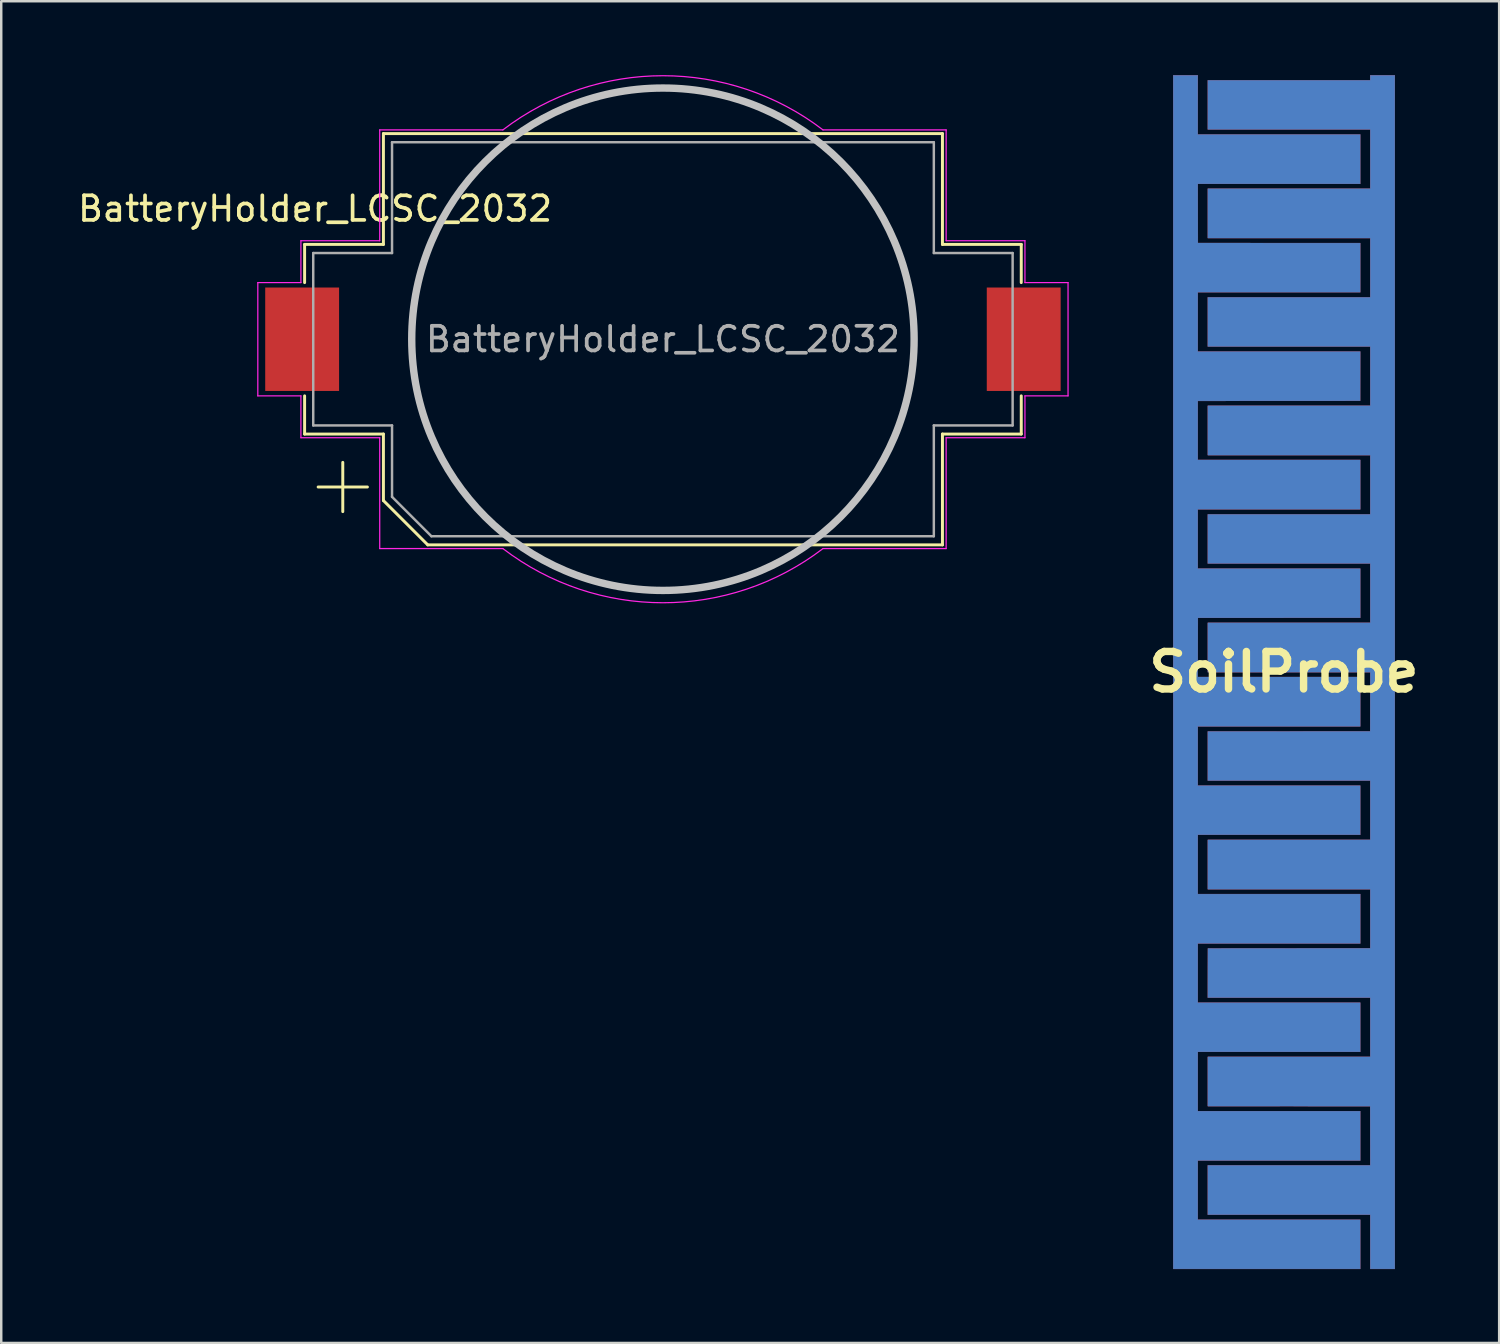
<source format=kicad_pcb>
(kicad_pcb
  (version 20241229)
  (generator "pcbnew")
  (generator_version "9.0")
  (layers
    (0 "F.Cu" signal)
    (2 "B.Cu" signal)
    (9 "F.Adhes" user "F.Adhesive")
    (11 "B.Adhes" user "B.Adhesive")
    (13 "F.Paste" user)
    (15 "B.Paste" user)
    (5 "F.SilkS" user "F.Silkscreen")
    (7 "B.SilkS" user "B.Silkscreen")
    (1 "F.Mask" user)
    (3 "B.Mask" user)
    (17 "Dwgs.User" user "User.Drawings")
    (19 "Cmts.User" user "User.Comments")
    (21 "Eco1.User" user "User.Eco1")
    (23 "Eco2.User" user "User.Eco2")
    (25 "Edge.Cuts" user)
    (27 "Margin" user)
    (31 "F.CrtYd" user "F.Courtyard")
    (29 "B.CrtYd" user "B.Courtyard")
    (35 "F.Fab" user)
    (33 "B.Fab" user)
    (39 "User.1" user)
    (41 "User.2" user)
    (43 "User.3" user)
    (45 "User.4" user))
  (footprint "BatteryHolder_LCSC_2032"
    (layer "F.Cu")
    (at 23.869 10.725)
    (property "Reference" "BatteryHolder_LCSC_2032" (at -14.125 -5.3 0) (layer "F.SilkS") (effects (font (size 1 1) (thickness 0.15))))
    (attr smd)
    (fp_line (start -14.55 -3.85) (end -14.55 -2.3) (stroke (width 0.12) (type solid)) (layer "F.SilkS"))
    (fp_line (start -14.55 3.85) (end -14.55 2.3) (stroke (width 0.12) (type solid)) (layer "F.SilkS"))
    (fp_line (start -13 5) (end -13 7) (stroke (width 0.12) (type solid)) (layer "F.SilkS"))
    (fp_line (start -12 6) (end -14 6) (stroke (width 0.12) (type solid)) (layer "F.SilkS"))
    (fp_line (start -11.35 -8.35) (end -11.35 -3.85) (stroke (width 0.12) (type solid)) (layer "F.SilkS"))
    (fp_line (start -11.35 -8.35) (end 11.35 -8.35) (stroke (width 0.12) (type solid)) (layer "F.SilkS"))
    (fp_line (start -11.35 -3.85) (end -14.55 -3.85) (stroke (width 0.12) (type solid)) (layer "F.SilkS"))
    (fp_line (start -11.35 3.85) (end -14.55 3.85) (stroke (width 0.12) (type solid)) (layer "F.SilkS"))
    (fp_line (start -11.35 6.55) (end -11.35 3.85) (stroke (width 0.12) (type solid)) (layer "F.SilkS"))
    (fp_line (start -9.55 8.35) (end -11.35 6.55) (stroke (width 0.12) (type solid)) (layer "F.SilkS"))
    (fp_line (start 11.35 -8.35) (end 11.35 -3.85) (stroke (width 0.12) (type solid)) (layer "F.SilkS"))
    (fp_line (start 11.35 -3.85) (end 14.55 -3.85) (stroke (width 0.12) (type solid)) (layer "F.SilkS"))
    (fp_line (start 11.35 3.85) (end 14.55 3.85) (stroke (width 0.12) (type solid)) (layer "F.SilkS"))
    (fp_line (start 11.35 8.35) (end -9.55 8.35) (stroke (width 0.12) (type solid)) (layer "F.SilkS"))
    (fp_line (start 11.35 8.35) (end 11.35 3.85) (stroke (width 0.12) (type solid)) (layer "F.SilkS"))
    (fp_line (start 14.55 -3.85) (end 14.55 -2.3) (stroke (width 0.12) (type solid)) (layer "F.SilkS"))
    (fp_line (start 14.55 3.85) (end 14.55 2.3) (stroke (width 0.12) (type solid)) (layer "F.SilkS"))
    (fp_circle (center 0 0) (end -10.2 0) (stroke (width 0.3) (type solid)) (fill no) (layer "Dwgs.User"))
    (fp_line (start -16.45 2.3) (end -16.45 -2.3) (stroke (width 0.05) (type solid)) (layer "F.CrtYd"))
    (fp_line (start -14.7 -4) (end -11.5 -4) (stroke (width 0.05) (type solid)) (layer "F.CrtYd"))
    (fp_line (start -14.7 -2.3) (end -16.45 -2.3) (stroke (width 0.05) (type solid)) (layer "F.CrtYd"))
    (fp_line (start -14.7 -2.3) (end -14.7 -4) (stroke (width 0.05) (type solid)) (layer "F.CrtYd"))
    (fp_line (start -14.7 2.3) (end -16.45 2.3) (stroke (width 0.05) (type solid)) (layer "F.CrtYd"))
    (fp_line (start -14.7 4) (end -14.7 2.3) (stroke (width 0.05) (type solid)) (layer "F.CrtYd"))
    (fp_line (start -14.7 4) (end -11.5 4) (stroke (width 0.05) (type solid)) (layer "F.CrtYd"))
    (fp_line (start -11.5 -8.5) (end -6.5 -8.5) (stroke (width 0.05) (type solid)) (layer "F.CrtYd"))
    (fp_line (start -11.5 -4) (end -11.5 -8.5) (stroke (width 0.05) (type solid)) (layer "F.CrtYd"))
    (fp_line (start -11.5 4) (end -11.5 8.5) (stroke (width 0.05) (type solid)) (layer "F.CrtYd"))
    (fp_line (start -6.5 8.5) (end -11.5 8.5) (stroke (width 0.05) (type solid)) (layer "F.CrtYd"))
    (fp_line (start 11.5 -8.5) (end 6.5 -8.5) (stroke (width 0.05) (type solid)) (layer "F.CrtYd"))
    (fp_line (start 11.5 -8.5) (end 11.5 -4) (stroke (width 0.05) (type solid)) (layer "F.CrtYd"))
    (fp_line (start 11.5 -4) (end 14.7 -4) (stroke (width 0.05) (type solid)) (layer "F.CrtYd"))
    (fp_line (start 11.5 4) (end 11.5 8.5) (stroke (width 0.05) (type solid)) (layer "F.CrtYd"))
    (fp_line (start 11.5 8.5) (end 6.5 8.5) (stroke (width 0.05) (type solid)) (layer "F.CrtYd"))
    (fp_line (start 14.7 -4) (end 14.7 -2.3) (stroke (width 0.05) (type solid)) (layer "F.CrtYd"))
    (fp_line (start 14.7 -2.3) (end 16.45 -2.3) (stroke (width 0.05) (type solid)) (layer "F.CrtYd"))
    (fp_line (start 14.7 2.3) (end 14.7 4) (stroke (width 0.05) (type solid)) (layer "F.CrtYd"))
    (fp_line (start 14.7 4) (end 11.5 4) (stroke (width 0.05) (type solid)) (layer "F.CrtYd"))
    (fp_line (start 16.45 -2.3) (end 16.45 2.3) (stroke (width 0.05) (type solid)) (layer "F.CrtYd"))
    (fp_line (start 16.45 2.3) (end 14.7 2.3) (stroke (width 0.05) (type solid)) (layer "F.CrtYd"))
    (fp_arc (start -6.499999 -8.5) (mid 0 -10.700467) (end 6.5 -8.5) (stroke (width 0.05) (type solid)) (layer "F.CrtYd"))
    (fp_arc (start 6.499999 8.5) (mid 0 10.700467) (end -6.5 8.5) (stroke (width 0.05) (type solid)) (layer "F.CrtYd"))
    (fp_line (start -14.2 -3.5) (end -11 -3.5) (stroke (width 0.1) (type solid)) (layer "F.Fab"))
    (fp_line (start -14.2 3.5) (end -14.2 -3.5) (stroke (width 0.1) (type solid)) (layer "F.Fab"))
    (fp_line (start -11 -8) (end -11 -3.5) (stroke (width 0.1) (type solid)) (layer "F.Fab"))
    (fp_line (start -11 3.5) (end -14.2 3.5) (stroke (width 0.1) (type solid)) (layer "F.Fab"))
    (fp_line (start -11 6.4) (end -11 3.5) (stroke (width 0.1) (type solid)) (layer "F.Fab"))
    (fp_line (start -9.4 8) (end -11 6.4) (stroke (width 0.1) (type solid)) (layer "F.Fab"))
    (fp_line (start 11 -8) (end -11 -8) (stroke (width 0.1) (type solid)) (layer "F.Fab"))
    (fp_line (start 11 -8) (end 11 -3.5) (stroke (width 0.1) (type solid)) (layer "F.Fab"))
    (fp_line (start 11 3.5) (end 14.2 3.5) (stroke (width 0.1) (type solid)) (layer "F.Fab"))
    (fp_line (start 11 8) (end -9.4 8) (stroke (width 0.1) (type solid)) (layer "F.Fab"))
    (fp_line (start 11 8) (end 11 3.5) (stroke (width 0.1) (type solid)) (layer "F.Fab"))
    (fp_line (start 14.2 -3.5) (end 11 -3.5) (stroke (width 0.1) (type solid)) (layer "F.Fab"))
    (fp_line (start 14.2 3.5) (end 14.2 -3.5) (stroke (width 0.1) (type solid)) (layer "F.Fab"))
    (fp_text user "${REFERENCE}" (at 0 0 0) (layer "F.Fab") (effects (font (size 1 1) (thickness 0.15))))
    (pad "1" smd rect (at -14.65 0 180) (size 3 4.2) (layers "F.Cu" "F.Mask" "F.Paste"))
    (pad "2" smd rect (at 14.65 0 180) (size 3 4.2) (layers "F.Cu" "F.Mask" "F.Paste")))
  (footprint "SoilProbe"
    (layer "F.Cu")
    (at 49.085 24.237)
    (property "Reference" "SoilProbe" (at 0 0 0) (layer "F.SilkS") (effects (font (size 1.524 1.524) (thickness 0.3))))
    (attr through_hole)
    (fp_poly (pts (xy 4.504 24.24) (xy 3.505 24.24) (xy 3.505 22.039) (xy -3.09 22.039) (xy -3.09 20.032) (xy 3.505 20.032) (xy 3.501 17.632) (xy 0.205 17.63) (xy -3.09 17.628) (xy -3.09 15.629) (xy 3.505 15.629) (xy 3.505 13.225) (xy -3.09 13.225) (xy -3.088 12.224) (xy -3.086 11.223) (xy 0.21 11.22) (xy 3.505 11.218) (xy 3.505 8.822) (xy -3.09 8.822) (xy -3.09 6.816) (xy 3.505 6.816) (xy 3.505 4.411) (xy -3.09 4.411) (xy -3.09 2.413) (xy 0.205 2.411) (xy 3.501 2.409) (xy 3.505 0.008) (xy -3.09 0.008) (xy -3.09 -1.998) (xy 3.505 -1.998) (xy 3.505 -4.403) (xy -3.09 -4.403) (xy -3.09 -6.401) (xy 3.505 -6.401) (xy 3.505 -8.805) (xy -3.09 -8.805) (xy -3.09 -10.812) (xy 3.505 -10.812) (xy 3.505 -13.216) (xy -3.09 -13.216) (xy -3.09 -15.215) (xy 3.505 -15.215) (xy 3.505 -17.619) (xy -3.09 -17.619) (xy -3.09 -19.626) (xy 3.505 -19.626) (xy 3.505 -22.03) (xy -3.09 -22.03) (xy -3.09 -24.028) (xy 3.505 -24.028) (xy 3.505 -24.232) (xy 4.504 -24.232) (xy 4.504 24.24)) (stroke (width 0.01) (type solid)) (fill yes) (layer "F.Cu"))
    (fp_poly (pts (xy -3.497 -21.827) (xy 3.099 -21.827) (xy 3.099 -19.82) (xy -3.497 -19.82) (xy -3.495 -18.62) (xy -3.493 -17.42) (xy -0.197 -17.418) (xy 3.099 -17.416) (xy 3.099 -16.417) (xy 3.099 -15.418) (xy -3.497 -15.418) (xy -3.497 -13.013) (xy 3.099 -13.013) (xy 3.097 -12.012) (xy 3.095 -11.011) (xy -0.201 -11.009) (xy -3.497 -11.007) (xy -3.497 -8.611) (xy 3.099 -8.611) (xy 3.099 -6.604) (xy -3.497 -6.604) (xy -3.497 -4.199) (xy 3.099 -4.199) (xy 3.099 -3.2) (xy 3.099 -2.201) (xy -0.197 -2.199) (xy -3.493 -2.197) (xy -3.495 -0.997) (xy -3.497 0.203) (xy 3.099 0.203) (xy 3.099 2.21) (xy -3.497 2.21) (xy -3.497 4.614) (xy 3.099 4.614) (xy 3.099 6.612) (xy -3.497 6.612) (xy -3.497 9.017) (xy 3.099 9.017) (xy 3.099 11.024) (xy -3.497 11.024) (xy -3.497 13.428) (xy 3.099 13.428) (xy 3.099 15.426) (xy -3.497 15.426) (xy -3.497 17.831) (xy 3.099 17.831) (xy 3.099 19.837) (xy -3.497 19.837) (xy -3.497 22.242) (xy 3.099 22.242) (xy 3.099 24.24) (xy -4.496 24.24) (xy -4.496 -24.232) (xy -3.497 -24.232) (xy -3.497 -21.827)) (stroke (width 0.01) (type solid)) (fill yes) (layer "F.Cu"))
    (fp_poly (pts (xy 4.504 24.24) (xy 3.505 24.24) (xy 3.505 22.039) (xy -3.09 22.039) (xy -3.09 20.032) (xy 3.505 20.032) (xy 3.501 17.632) (xy 0.205 17.63) (xy -3.09 17.628) (xy -3.09 15.629) (xy 3.505 15.629) (xy 3.505 13.225) (xy -3.09 13.225) (xy -3.088 12.224) (xy -3.086 11.223) (xy 0.21 11.22) (xy 3.505 11.218) (xy 3.505 8.822) (xy -3.09 8.822) (xy -3.09 6.816) (xy 3.505 6.816) (xy 3.505 4.411) (xy -3.09 4.411) (xy -3.09 2.413) (xy 0.205 2.411) (xy 3.501 2.409) (xy 3.505 0.008) (xy -3.09 0.008) (xy -3.09 -1.998) (xy 3.505 -1.998) (xy 3.505 -4.403) (xy -3.09 -4.403) (xy -3.09 -6.401) (xy 3.505 -6.401) (xy 3.505 -8.805) (xy -3.09 -8.805) (xy -3.09 -10.812) (xy 3.505 -10.812) (xy 3.505 -13.216) (xy -3.09 -13.216) (xy -3.09 -15.215) (xy 3.505 -15.215) (xy 3.505 -17.619) (xy -3.09 -17.619) (xy -3.09 -19.626) (xy 3.505 -19.626) (xy 3.505 -22.03) (xy -3.09 -22.03) (xy -3.09 -24.028) (xy 3.505 -24.028) (xy 3.505 -24.232) (xy 4.504 -24.232) (xy 4.504 24.24)) (stroke (width 0.01) (type solid)) (fill yes) (layer "B.Cu"))
    (fp_poly (pts (xy -3.497 -21.827) (xy 3.099 -21.827) (xy 3.099 -19.82) (xy -3.497 -19.82) (xy -3.495 -18.62) (xy -3.493 -17.42) (xy -0.197 -17.418) (xy 3.099 -17.416) (xy 3.099 -16.417) (xy 3.099 -15.418) (xy -3.497 -15.418) (xy -3.497 -13.013) (xy 3.099 -13.013) (xy 3.097 -12.012) (xy 3.095 -11.011) (xy -0.201 -11.009) (xy -3.497 -11.007) (xy -3.497 -8.611) (xy 3.099 -8.611) (xy 3.099 -6.604) (xy -3.497 -6.604) (xy -3.497 -4.199) (xy 3.099 -4.199) (xy 3.099 -3.2) (xy 3.099 -2.201) (xy -0.197 -2.199) (xy -3.493 -2.197) (xy -3.495 -0.997) (xy -3.497 0.203) (xy 3.099 0.203) (xy 3.099 2.21) (xy -3.497 2.21) (xy -3.497 4.614) (xy 3.099 4.614) (xy 3.099 6.612) (xy -3.497 6.612) (xy -3.497 9.017) (xy 3.099 9.017) (xy 3.099 11.024) (xy -3.497 11.024) (xy -3.497 13.428) (xy 3.099 13.428) (xy 3.099 15.426) (xy -3.497 15.426) (xy -3.497 17.831) (xy 3.099 17.831) (xy 3.099 19.837) (xy -3.497 19.837) (xy -3.497 22.242) (xy 3.099 22.242) (xy 3.099 24.24) (xy -4.496 24.24) (xy -4.496 -24.232) (xy -3.497 -24.232) (xy -3.497 -21.827)) (stroke (width 0.01) (type solid)) (fill yes) (layer "B.Cu"))
    (pad "1" connect rect (at 4.008 -23.731) (size 1 1) (layers "F.Cu" "F.Mask"))
    (pad "2" connect rect (at -3.992 -23.731) (size 1 1) (layers "F.Cu" "F.Mask")))
  (gr_rect
    (start -3 -3)
    (end 57.825 51.482)
    (stroke (width 0.1) (type default))
    (fill no)
    (layer "Edge.Cuts")))
</source>
